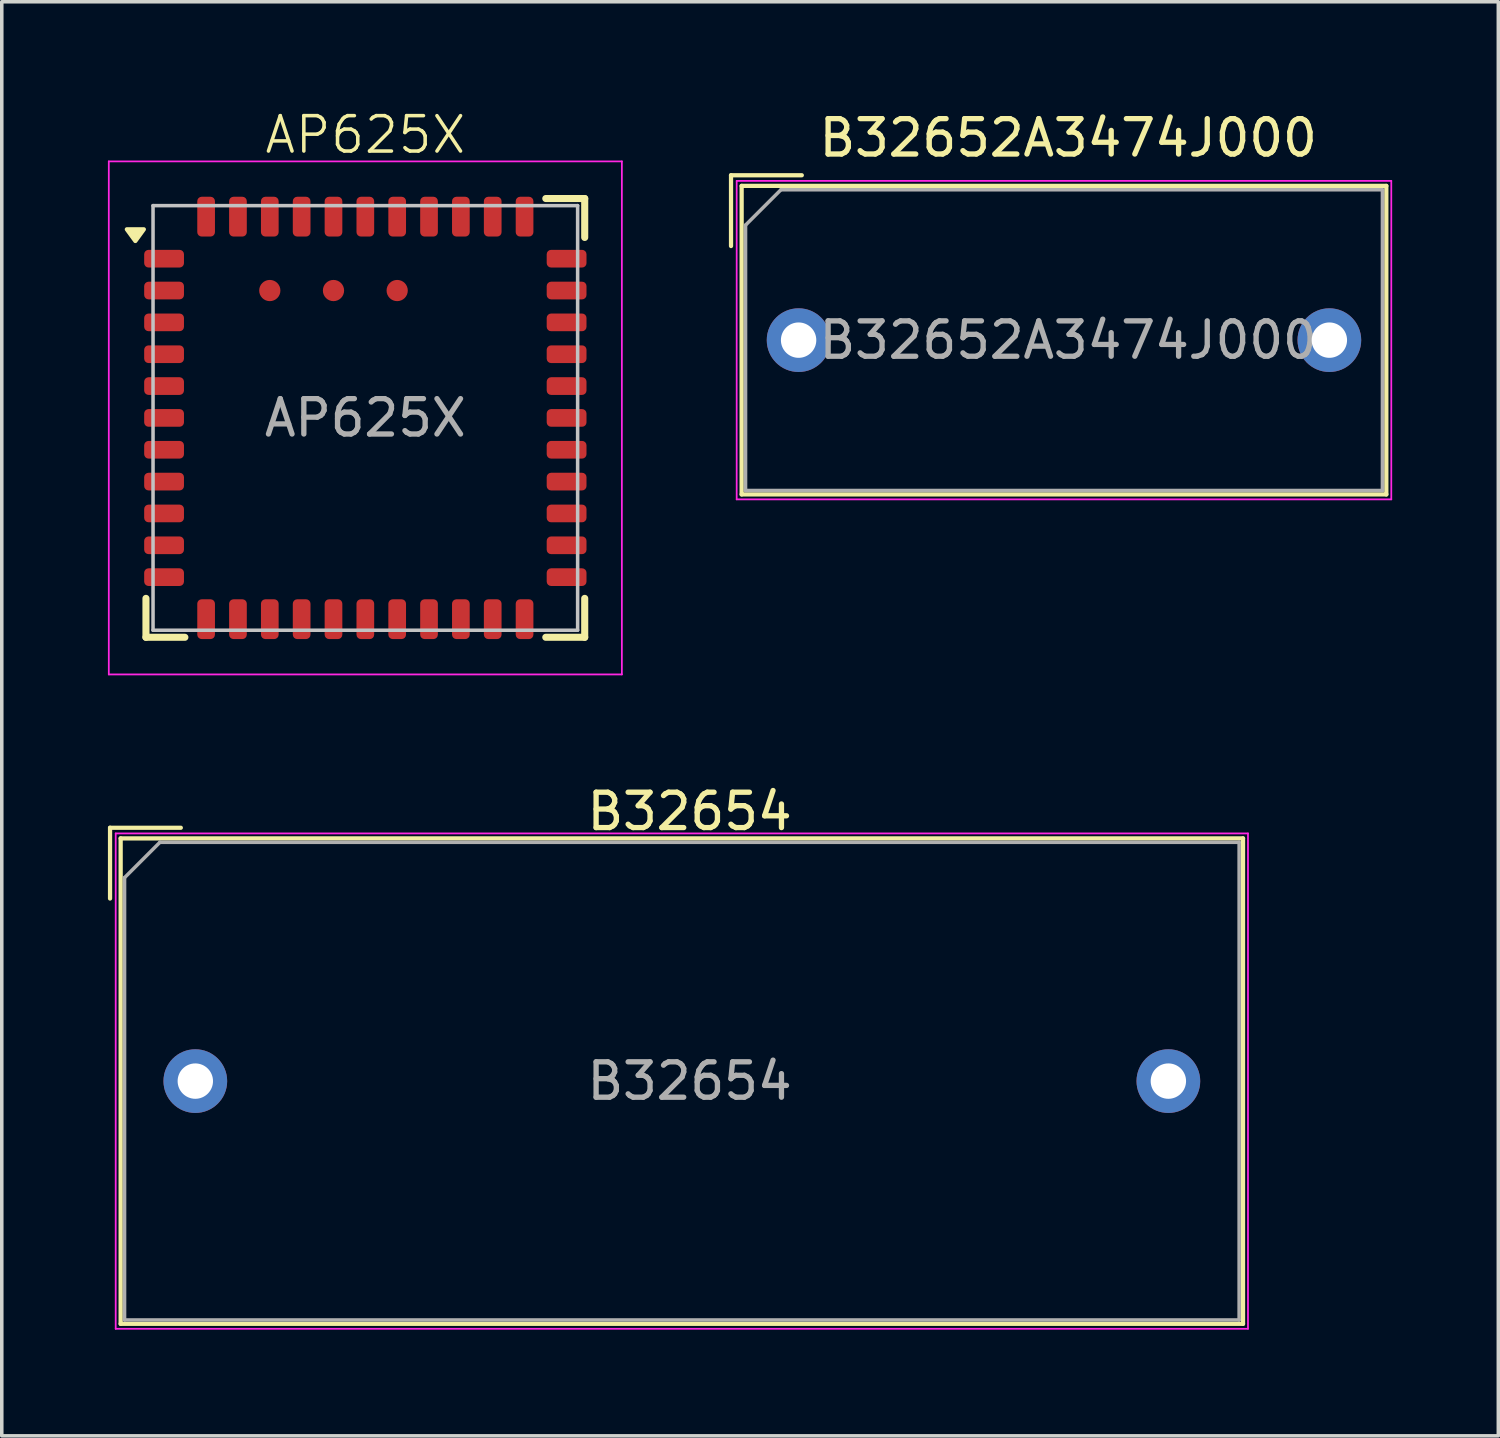
<source format=kicad_pcb>
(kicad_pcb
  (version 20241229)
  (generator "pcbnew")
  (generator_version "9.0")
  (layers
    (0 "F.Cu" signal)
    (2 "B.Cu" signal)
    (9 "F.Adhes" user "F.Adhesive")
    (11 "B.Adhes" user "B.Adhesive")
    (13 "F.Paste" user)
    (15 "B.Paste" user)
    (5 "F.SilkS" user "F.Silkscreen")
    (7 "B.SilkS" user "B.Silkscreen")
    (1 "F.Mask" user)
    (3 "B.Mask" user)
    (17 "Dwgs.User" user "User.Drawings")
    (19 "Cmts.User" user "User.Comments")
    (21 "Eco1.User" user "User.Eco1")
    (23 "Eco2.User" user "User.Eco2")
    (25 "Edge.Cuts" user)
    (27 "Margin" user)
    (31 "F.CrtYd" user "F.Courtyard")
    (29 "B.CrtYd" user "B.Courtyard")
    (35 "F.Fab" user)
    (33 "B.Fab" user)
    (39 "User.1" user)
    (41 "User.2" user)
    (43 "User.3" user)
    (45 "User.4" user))
  (footprint "AP625X"
    (layer "F.Cu")
    (at 7.275 8.761)
    (property "Reference" "AP625X" (at 0 -8 0) (unlocked yes) (layer "F.SilkS") (effects (font (size 1 1) (thickness 0.1))))
    (attr smd)
    (fp_line (start -6.2 5.1) (end -6.2 6.2) (stroke (width 0.2) (type default)) (layer "F.SilkS"))
    (fp_line (start -6.2 6.2) (end -5.1 6.2) (stroke (width 0.2) (type default)) (layer "F.SilkS"))
    (fp_line (start 5.1 6.2) (end 6.2 6.2) (stroke (width 0.2) (type default)) (layer "F.SilkS"))
    (fp_line (start 6.2 -6.2) (end 5.1 -6.2) (stroke (width 0.2) (type default)) (layer "F.SilkS"))
    (fp_line (start 6.2 -5.1) (end 6.2 -6.2) (stroke (width 0.2) (type default)) (layer "F.SilkS"))
    (fp_line (start 6.2 6.2) (end 6.2 5.1) (stroke (width 0.2) (type default)) (layer "F.SilkS"))
    (fp_poly (pts (xy -6.5 -5) (xy -6.74 -5.33) (xy -6.26 -5.33) (xy -6.5 -5)) (stroke (width 0.12) (type solid)) (fill yes) (layer "F.SilkS"))
    (fp_line (start -6 -6) (end -6 6) (stroke (width 0.1) (type default)) (layer "Dwgs.User"))
    (fp_line (start -6 6) (end 6 6) (stroke (width 0.1) (type default)) (layer "Dwgs.User"))
    (fp_line (start 6 -6) (end -6 -6) (stroke (width 0.1) (type default)) (layer "Dwgs.User"))
    (fp_line (start 6 6) (end 6 -6) (stroke (width 0.1) (type default)) (layer "Dwgs.User"))
    (fp_line (start -7.25 -7.25) (end -7.25 7.25) (stroke (width 0.05) (type default)) (layer "F.CrtYd"))
    (fp_line (start -7.25 7.25) (end 7.25 7.25) (stroke (width 0.05) (type default)) (layer "F.CrtYd"))
    (fp_line (start 7.25 -7.25) (end -7.25 -7.25) (stroke (width 0.05) (type default)) (layer "F.CrtYd"))
    (fp_line (start 7.25 7.25) (end 7.25 -7.25) (stroke (width 0.05) (type default)) (layer "F.CrtYd"))
    (fp_text user "${REFERENCE}" (at 0 0 0) (unlocked yes) (layer "F.Fab") (effects (font (size 1 1) (thickness 0.15))))
    (pad "" smd roundrect (at -6.062 -4.5 180) (size 1.875 0.5) (layers "F.Paste") (roundrect_rratio 0.25))
    (pad "" smd roundrect (at -6.062 -3.6 180) (size 1.875 0.5) (layers "F.Paste") (roundrect_rratio 0.25))
    (pad "" smd roundrect (at -6.062 -2.7 180) (size 1.875 0.5) (layers "F.Paste") (roundrect_rratio 0.25))
    (pad "" smd roundrect (at -6.062 -1.8 180) (size 1.875 0.5) (layers "F.Paste") (roundrect_rratio 0.25))
    (pad "" smd roundrect (at -6.062 -0.9 180) (size 1.875 0.5) (layers "F.Paste") (roundrect_rratio 0.25))
    (pad "" smd roundrect (at -6.062 0 180) (size 1.875 0.5) (layers "F.Paste") (roundrect_rratio 0.25))
    (pad "" smd roundrect (at -6.062 0.9 180) (size 1.875 0.5) (layers "F.Paste") (roundrect_rratio 0.25))
    (pad "" smd roundrect (at -6.062 1.8 180) (size 1.875 0.5) (layers "F.Paste") (roundrect_rratio 0.25))
    (pad "" smd roundrect (at -6.062 2.7 180) (size 1.875 0.5) (layers "F.Paste") (roundrect_rratio 0.25))
    (pad "" smd roundrect (at -6.062 3.6 180) (size 1.875 0.5) (layers "F.Paste") (roundrect_rratio 0.25))
    (pad "" smd roundrect (at -6.062 4.5 180) (size 1.875 0.5) (layers "F.Paste") (roundrect_rratio 0.25))
    (pad "" smd roundrect (at -4.5 -6.062 90) (size 1.875 0.5) (layers "F.Paste") (roundrect_rratio 0.25))
    (pad "" smd roundrect (at -4.5 6.062 90) (size 1.875 0.5) (layers "F.Paste") (roundrect_rratio 0.25))
    (pad "" smd roundrect (at -3.6 -6.062 90) (size 1.875 0.5) (layers "F.Paste") (roundrect_rratio 0.25))
    (pad "" smd roundrect (at -3.6 6.062 90) (size 1.875 0.5) (layers "F.Paste") (roundrect_rratio 0.25))
    (pad "" smd roundrect (at -2.7 -6.062 90) (size 1.875 0.5) (layers "F.Paste") (roundrect_rratio 0.25))
    (pad "" smd roundrect (at -2.7 6.062 90) (size 1.875 0.5) (layers "F.Paste") (roundrect_rratio 0.25))
    (pad "" smd roundrect (at -1.8 -6.062 90) (size 1.875 0.5) (layers "F.Paste") (roundrect_rratio 0.25))
    (pad "" smd roundrect (at -1.8 6.062 90) (size 1.875 0.5) (layers "F.Paste") (roundrect_rratio 0.25))
    (pad "" smd roundrect (at -0.9 -6.062 90) (size 1.875 0.5) (layers "F.Paste") (roundrect_rratio 0.25))
    (pad "" smd roundrect (at -0.9 6.062 90) (size 1.875 0.5) (layers "F.Paste") (roundrect_rratio 0.25))
    (pad "" smd roundrect (at 0 -6.062 90) (size 1.875 0.5) (layers "F.Paste") (roundrect_rratio 0.25))
    (pad "" smd roundrect (at 0 6.062 90) (size 1.875 0.5) (layers "F.Paste") (roundrect_rratio 0.25))
    (pad "" smd roundrect (at 0.9 -6.062 90) (size 1.875 0.5) (layers "F.Paste") (roundrect_rratio 0.25))
    (pad "" smd roundrect (at 0.9 6.062 90) (size 1.875 0.5) (layers "F.Paste") (roundrect_rratio 0.25))
    (pad "" smd roundrect (at 1.8 -6.062 90) (size 1.875 0.5) (layers "F.Paste") (roundrect_rratio 0.25))
    (pad "" smd roundrect (at 1.8 6.062 90) (size 1.875 0.5) (layers "F.Paste") (roundrect_rratio 0.25))
    (pad "" smd roundrect (at 2.7 -6.062 90) (size 1.875 0.5) (layers "F.Paste") (roundrect_rratio 0.25))
    (pad "" smd roundrect (at 2.7 6.062 90) (size 1.875 0.5) (layers "F.Paste") (roundrect_rratio 0.25))
    (pad "" smd roundrect (at 3.6 -6.062 90) (size 1.875 0.5) (layers "F.Paste") (roundrect_rratio 0.25))
    (pad "" smd roundrect (at 3.6 6.062 90) (size 1.875 0.5) (layers "F.Paste") (roundrect_rratio 0.25))
    (pad "" smd roundrect (at 4.5 -6.062 90) (size 1.875 0.5) (layers "F.Paste") (roundrect_rratio 0.25))
    (pad "" smd roundrect (at 4.5 6.062 90) (size 1.875 0.5) (layers "F.Paste") (roundrect_rratio 0.25))
    (pad "" smd roundrect (at 6.062 -4.5 180) (size 1.875 0.5) (layers "F.Paste") (roundrect_rratio 0.25))
    (pad "" smd roundrect (at 6.062 -3.6 180) (size 1.875 0.5) (layers "F.Paste") (roundrect_rratio 0.25))
    (pad "" smd roundrect (at 6.062 -2.7 180) (size 1.875 0.5) (layers "F.Paste") (roundrect_rratio 0.25))
    (pad "" smd roundrect (at 6.062 -1.8 180) (size 1.875 0.5) (layers "F.Paste") (roundrect_rratio 0.25))
    (pad "" smd roundrect (at 6.062 -0.9 180) (size 1.875 0.5) (layers "F.Paste") (roundrect_rratio 0.25))
    (pad "" smd roundrect (at 6.062 0 180) (size 1.875 0.5) (layers "F.Paste") (roundrect_rratio 0.25))
    (pad "" smd roundrect (at 6.062 0.9 180) (size 1.875 0.5) (layers "F.Paste") (roundrect_rratio 0.25))
    (pad "" smd roundrect (at 6.062 1.8 180) (size 1.875 0.5) (layers "F.Paste") (roundrect_rratio 0.25))
    (pad "" smd roundrect (at 6.062 2.7 180) (size 1.875 0.5) (layers "F.Paste") (roundrect_rratio 0.25))
    (pad "" smd roundrect (at 6.062 3.6 180) (size 1.875 0.5) (layers "F.Paste") (roundrect_rratio 0.25))
    (pad "" smd roundrect (at 6.062 4.5 180) (size 1.875 0.5) (layers "F.Paste") (roundrect_rratio 0.25))
    (pad "1" smd roundrect (at -5.688 -4.5) (size 1.125 0.5) (layers "F.Cu" "F.Mask") (roundrect_rratio 0.25))
    (pad "2" smd roundrect (at -5.688 -3.6) (size 1.125 0.5) (layers "F.Cu" "F.Mask") (roundrect_rratio 0.25))
    (pad "3" smd roundrect (at -5.688 -2.7) (size 1.125 0.5) (layers "F.Cu" "F.Mask") (roundrect_rratio 0.25))
    (pad "4" smd roundrect (at -5.688 -1.8) (size 1.125 0.5) (layers "F.Cu" "F.Mask") (roundrect_rratio 0.25))
    (pad "5" smd roundrect (at -5.688 -0.9) (size 1.125 0.5) (layers "F.Cu" "F.Mask") (roundrect_rratio 0.25))
    (pad "6" smd roundrect (at -5.688 0) (size 1.125 0.5) (layers "F.Cu" "F.Mask") (roundrect_rratio 0.25))
    (pad "7" smd roundrect (at -5.688 0.9) (size 1.125 0.5) (layers "F.Cu" "F.Mask") (roundrect_rratio 0.25))
    (pad "8" smd roundrect (at -5.688 1.8) (size 1.125 0.5) (layers "F.Cu" "F.Mask") (roundrect_rratio 0.25))
    (pad "9" smd roundrect (at -5.688 2.7) (size 1.125 0.5) (layers "F.Cu" "F.Mask") (roundrect_rratio 0.25))
    (pad "10" smd roundrect (at -5.688 3.6) (size 1.125 0.5) (layers "F.Cu" "F.Mask") (roundrect_rratio 0.25))
    (pad "11" smd roundrect (at -5.688 4.5) (size 1.125 0.5) (layers "F.Cu" "F.Mask") (roundrect_rratio 0.25))
    (pad "12" smd roundrect (at -4.5 5.688 90) (size 1.125 0.5) (layers "F.Cu" "F.Mask") (roundrect_rratio 0.25))
    (pad "13" smd roundrect (at -3.6 5.688 90) (size 1.125 0.5) (layers "F.Cu" "F.Mask") (roundrect_rratio 0.25))
    (pad "14" smd roundrect (at -2.7 5.688 90) (size 1.125 0.5) (layers "F.Cu" "F.Mask") (roundrect_rratio 0.25))
    (pad "15" smd roundrect (at -1.8 5.688 90) (size 1.125 0.5) (layers "F.Cu" "F.Mask") (roundrect_rratio 0.25))
    (pad "16" smd roundrect (at -0.9 5.688 90) (size 1.125 0.5) (layers "F.Cu" "F.Mask") (roundrect_rratio 0.25))
    (pad "17" smd roundrect (at 0 5.688 90) (size 1.125 0.5) (layers "F.Cu" "F.Mask") (roundrect_rratio 0.25))
    (pad "18" smd roundrect (at 0.9 5.688 90) (size 1.125 0.5) (layers "F.Cu" "F.Mask") (roundrect_rratio 0.25))
    (pad "19" smd roundrect (at 1.8 5.688 90) (size 1.125 0.5) (layers "F.Cu" "F.Mask") (roundrect_rratio 0.25))
    (pad "20" smd roundrect (at 2.7 5.688 90) (size 1.125 0.5) (layers "F.Cu" "F.Mask") (roundrect_rratio 0.25))
    (pad "21" smd roundrect (at 3.6 5.688 90) (size 1.125 0.5) (layers "F.Cu" "F.Mask") (roundrect_rratio 0.25))
    (pad "22" smd roundrect (at 4.5 5.688 90) (size 1.125 0.5) (layers "F.Cu" "F.Mask") (roundrect_rratio 0.25))
    (pad "23" smd roundrect (at 5.688 4.5) (size 1.125 0.5) (layers "F.Cu" "F.Mask") (roundrect_rratio 0.25))
    (pad "24" smd roundrect (at 5.688 3.6) (size 1.125 0.5) (layers "F.Cu" "F.Mask") (roundrect_rratio 0.25))
    (pad "25" smd roundrect (at 5.688 2.7) (size 1.125 0.5) (layers "F.Cu" "F.Mask") (roundrect_rratio 0.25))
    (pad "26" smd roundrect (at 5.688 1.8) (size 1.125 0.5) (layers "F.Cu" "F.Mask") (roundrect_rratio 0.25))
    (pad "27" smd roundrect (at 5.688 0.9) (size 1.125 0.5) (layers "F.Cu" "F.Mask") (roundrect_rratio 0.25))
    (pad "28" smd roundrect (at 5.688 0) (size 1.125 0.5) (layers "F.Cu" "F.Mask") (roundrect_rratio 0.25))
    (pad "29" smd roundrect (at 5.688 -0.9) (size 1.125 0.5) (layers "F.Cu" "F.Mask") (roundrect_rratio 0.25))
    (pad "30" smd roundrect (at 5.688 -1.8) (size 1.125 0.5) (layers "F.Cu" "F.Mask") (roundrect_rratio 0.25))
    (pad "31" smd roundrect (at 5.688 -2.7) (size 1.125 0.5) (layers "F.Cu" "F.Mask") (roundrect_rratio 0.25))
    (pad "32" smd roundrect (at 5.688 -3.6) (size 1.125 0.5) (layers "F.Cu" "F.Mask") (roundrect_rratio 0.25))
    (pad "33" smd roundrect (at 5.688 -4.5) (size 1.125 0.5) (layers "F.Cu" "F.Mask") (roundrect_rratio 0.25))
    (pad "34" smd roundrect (at 4.5 -5.688 90) (size 1.125 0.5) (layers "F.Cu" "F.Mask") (roundrect_rratio 0.25))
    (pad "35" smd roundrect (at 3.6 -5.688 90) (size 1.125 0.5) (layers "F.Cu" "F.Mask") (roundrect_rratio 0.25))
    (pad "36" smd roundrect (at 2.7 -5.688 90) (size 1.125 0.5) (layers "F.Cu" "F.Mask") (roundrect_rratio 0.25))
    (pad "37" smd roundrect (at 1.8 -5.688 90) (size 1.125 0.5) (layers "F.Cu" "F.Mask") (roundrect_rratio 0.25))
    (pad "38" smd roundrect (at 0.9 -5.688 90) (size 1.125 0.5) (layers "F.Cu" "F.Mask") (roundrect_rratio 0.25))
    (pad "39" smd roundrect (at 0 -5.688 90) (size 1.125 0.5) (layers "F.Cu" "F.Mask") (roundrect_rratio 0.25))
    (pad "40" smd roundrect (at -0.9 -5.688 90) (size 1.125 0.5) (layers "F.Cu" "F.Mask") (roundrect_rratio 0.25))
    (pad "41" smd roundrect (at -1.8 -5.688 90) (size 1.125 0.5) (layers "F.Cu" "F.Mask") (roundrect_rratio 0.25))
    (pad "42" smd roundrect (at -2.7 -5.688 90) (size 1.125 0.5) (layers "F.Cu" "F.Mask") (roundrect_rratio 0.25))
    (pad "43" smd roundrect (at -3.6 -5.688 90) (size 1.125 0.5) (layers "F.Cu" "F.Mask") (roundrect_rratio 0.25))
    (pad "44" smd roundrect (at -4.5 -5.688 90) (size 1.125 0.5) (layers "F.Cu" "F.Mask") (roundrect_rratio 0.25))
    (pad "45" smd circle (at -2.7 -3.6) (size 0.6 0.6) (layers "F.Cu" "F.Mask" "F.Paste"))
    (pad "46" smd circle (at -0.9 -3.6) (size 0.6 0.6) (layers "F.Cu" "F.Mask" "F.Paste"))
    (pad "47" smd circle (at 0.9 -3.6) (size 0.6 0.6) (layers "F.Cu" "F.Mask" "F.Paste")))
  (footprint "B32652A3474J000"
    (layer "F.Cu")
    (at 19.52 6.563)
    (property "Reference" "B32652A3474J000" (at 7.62 -5.715 0) (unlocked yes) (layer "F.SilkS") (effects (font (size 1 1) (thickness 0.15))))
    (attr through_hole)
    (fp_line (start -1.91 -4.66) (end -1.91 -2.66) (stroke (width 0.12) (type solid)) (layer "F.SilkS"))
    (fp_line (start -1.61 -4.36) (end -1.61 4.36) (stroke (width 0.12) (type solid)) (layer "F.SilkS"))
    (fp_line (start -1.61 -4.36) (end 16.61 -4.36) (stroke (width 0.12) (type solid)) (layer "F.SilkS"))
    (fp_line (start -1.61 4.36) (end 16.61 4.36) (stroke (width 0.12) (type solid)) (layer "F.SilkS"))
    (fp_line (start 0.09 -4.66) (end -1.91 -4.66) (stroke (width 0.12) (type solid)) (layer "F.SilkS"))
    (fp_line (start 16.61 -4.36) (end 16.61 4.36) (stroke (width 0.12) (type solid)) (layer "F.SilkS"))
    (fp_line (start -1.75 -4.5) (end -1.75 4.5) (stroke (width 0.05) (type solid)) (layer "F.CrtYd"))
    (fp_line (start -1.75 -4.5) (end 16.75 -4.5) (stroke (width 0.05) (type solid)) (layer "F.CrtYd"))
    (fp_line (start -1.75 4.5) (end 16.75 4.5) (stroke (width 0.05) (type solid)) (layer "F.CrtYd"))
    (fp_line (start 16.75 -4.5) (end 16.75 4.5) (stroke (width 0.05) (type solid)) (layer "F.CrtYd"))
    (fp_line (start -1.5 -3.25) (end -1.5 4.25) (stroke (width 0.1) (type solid)) (layer "F.Fab"))
    (fp_line (start -1.5 4.25) (end 16.5 4.25) (stroke (width 0.1) (type solid)) (layer "F.Fab"))
    (fp_line (start -0.5 -4.25) (end -1.5 -3.25) (stroke (width 0.1) (type solid)) (layer "F.Fab"))
    (fp_line (start -0.5 -4.25) (end 16.5 -4.25) (stroke (width 0.1) (type solid)) (layer "F.Fab"))
    (fp_line (start 16.5 -4.25) (end 16.5 4.25) (stroke (width 0.1) (type solid)) (layer "F.Fab"))
    (fp_text user "${REFERENCE}" (at 7.62 0 0) (unlocked yes) (layer "F.Fab") (effects (font (size 1 1) (thickness 0.15))))
    (pad "1" thru_hole circle (at 0 0) (size 1.8 1.8) (drill 1) (layers "*.Cu" "*.Mask"))
    (pad "2" thru_hole circle (at 15 0) (size 1.8 1.8) (drill 1) (layers "*.Cu" "*.Mask")))
  (footprint "B32654"
    (layer "F.Cu")
    (at 16.22 27.504)
    (property "Reference" "B32654" (at 0.22 -7.62 0) (layer "F.SilkS") (effects (font (size 1 1) (thickness 0.15))))
    (attr through_hole)
    (fp_line (start -16.16 -7.16) (end -16.16 -5.16) (stroke (width 0.12) (type solid)) (layer "F.SilkS"))
    (fp_line (start -15.86 -6.86) (end 15.86 -6.86) (stroke (width 0.12) (type solid)) (layer "F.SilkS"))
    (fp_line (start -15.86 6.86) (end -15.86 -6.86) (stroke (width 0.12) (type solid)) (layer "F.SilkS"))
    (fp_line (start -15.86 6.86) (end 15.86 6.86) (stroke (width 0.12) (type solid)) (layer "F.SilkS"))
    (fp_line (start -14.16 -7.16) (end -16.16 -7.16) (stroke (width 0.12) (type solid)) (layer "F.SilkS"))
    (fp_line (start 15.86 6.86) (end 15.86 -6.86) (stroke (width 0.12) (type solid)) (layer "F.SilkS"))
    (fp_line (start -16 -7) (end 16 -7) (stroke (width 0.05) (type solid)) (layer "F.CrtYd"))
    (fp_line (start -16 7) (end -16 -7) (stroke (width 0.05) (type solid)) (layer "F.CrtYd"))
    (fp_line (start -16 7) (end 16 7) (stroke (width 0.05) (type solid)) (layer "F.CrtYd"))
    (fp_line (start 16 7) (end 16 -7) (stroke (width 0.05) (type solid)) (layer "F.CrtYd"))
    (fp_line (start -15.75 6.75) (end -15.75 -5.75) (stroke (width 0.1) (type solid)) (layer "F.Fab"))
    (fp_line (start -15.75 6.75) (end 15.75 6.75) (stroke (width 0.1) (type solid)) (layer "F.Fab"))
    (fp_line (start -14.75 -6.75) (end -15.75 -5.75) (stroke (width 0.1) (type solid)) (layer "F.Fab"))
    (fp_line (start -14.75 -6.75) (end 15.75 -6.75) (stroke (width 0.1) (type solid)) (layer "F.Fab"))
    (fp_line (start 15.75 6.75) (end 15.75 -6.75) (stroke (width 0.1) (type solid)) (layer "F.Fab"))
    (fp_text user "${REFERENCE}" (at 0.22 0 0) (layer "F.Fab") (effects (font (size 1 1) (thickness 0.15))))
    (pad "1" thru_hole circle (at -13.75 0) (size 1.8 1.8) (drill 1) (layers "*.Cu" "*.Mask"))
    (pad "2" thru_hole circle (at 13.75 0) (size 1.8 1.8) (drill 1) (layers "*.Cu" "*.Mask")))
  (gr_rect
    (start -3 -3)
    (end 39.295 37.529)
    (stroke (width 0.1) (type default))
    (fill no)
    (layer "Edge.Cuts")))
</source>
